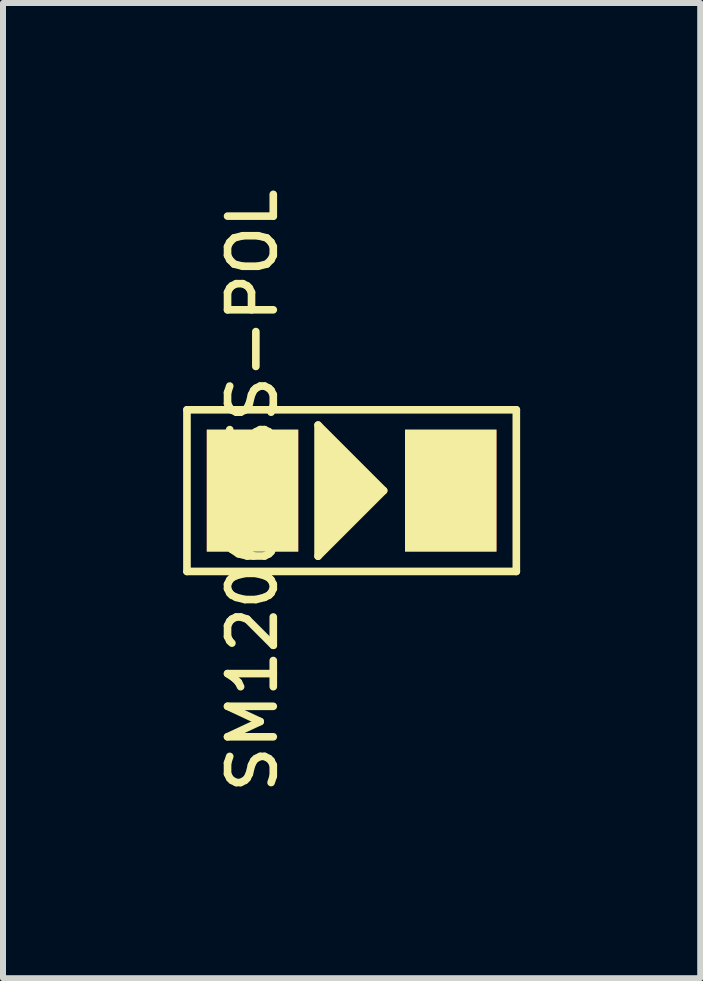
<source format=kicad_pcb>
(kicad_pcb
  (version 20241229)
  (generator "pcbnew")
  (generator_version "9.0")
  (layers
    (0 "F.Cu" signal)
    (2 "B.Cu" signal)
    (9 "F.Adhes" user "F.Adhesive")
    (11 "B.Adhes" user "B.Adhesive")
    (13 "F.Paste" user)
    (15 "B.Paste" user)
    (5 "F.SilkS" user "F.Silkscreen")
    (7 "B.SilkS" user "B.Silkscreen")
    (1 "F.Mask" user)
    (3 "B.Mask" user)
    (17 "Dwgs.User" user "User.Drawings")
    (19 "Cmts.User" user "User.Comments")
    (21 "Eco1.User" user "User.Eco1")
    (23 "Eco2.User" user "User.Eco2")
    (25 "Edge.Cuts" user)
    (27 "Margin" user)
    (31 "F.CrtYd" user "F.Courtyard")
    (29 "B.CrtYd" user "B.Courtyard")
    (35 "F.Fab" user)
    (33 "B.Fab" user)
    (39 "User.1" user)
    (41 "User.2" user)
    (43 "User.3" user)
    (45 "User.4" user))
  (footprint "SM1206-SS-POL"
    (layer "F.Cu")
    (at 2.807 5.122)
    (property "Reference" "SM1206-SS-POL" (at -1.651 0 90) (layer "F.SilkS") (effects (font (size 0.762 0.762) (thickness 0.127))))
    (attr smd)
    (fp_line (start -2.743 -1.346) (end -2.743 1.346) (stroke (width 0.127) (type solid)) (layer "F.SilkS"))
    (fp_line (start -2.743 -1.346) (end 2.743 -1.346) (stroke (width 0.127) (type solid)) (layer "F.SilkS"))
    (fp_line (start -0.559 1.092) (end -0.559 -1.092) (stroke (width 0.127) (type solid)) (layer "F.SilkS"))
    (fp_line (start -0.457 -0.94) (end -0.457 0.94) (stroke (width 0.127) (type solid)) (layer "F.SilkS"))
    (fp_line (start -0.356 -0.864) (end -0.356 0.864) (stroke (width 0.127) (type solid)) (layer "F.SilkS"))
    (fp_line (start -0.254 -0.737) (end -0.254 0.737) (stroke (width 0.127) (type solid)) (layer "F.SilkS"))
    (fp_line (start -0.152 -0.635) (end -0.152 0.635) (stroke (width 0.127) (type solid)) (layer "F.SilkS"))
    (fp_line (start -0.051 -0.533) (end -0.051 0.533) (stroke (width 0.127) (type solid)) (layer "F.SilkS"))
    (fp_line (start 0.051 -0.457) (end 0.051 0.457) (stroke (width 0.127) (type solid)) (layer "F.SilkS"))
    (fp_line (start 0.152 -0.33) (end 0.152 0.33) (stroke (width 0.127) (type solid)) (layer "F.SilkS"))
    (fp_line (start 0.254 -0.229) (end 0.254 0.229) (stroke (width 0.127) (type solid)) (layer "F.SilkS"))
    (fp_line (start 0.356 -0.127) (end 0.356 0.127) (stroke (width 0.127) (type solid)) (layer "F.SilkS"))
    (fp_line (start 0.432 0) (end 0.406 0) (stroke (width 0.127) (type solid)) (layer "F.SilkS"))
    (fp_line (start 0.533 0) (end -0.559 -1.092) (stroke (width 0.127) (type solid)) (layer "F.SilkS"))
    (fp_line (start 0.533 0) (end -0.559 1.092) (stroke (width 0.127) (type solid)) (layer "F.SilkS"))
    (fp_line (start 2.743 -1.346) (end 2.743 1.346) (stroke (width 0.127) (type solid)) (layer "F.SilkS"))
    (fp_line (start 2.743 1.346) (end -2.743 1.346) (stroke (width 0.127) (type solid)) (layer "F.SilkS"))
    (pad "1" smd rect (at -1.651 0) (size 1.524 2.032) (layers "F.Cu" "F.Mask" "F.SilkS" "F.Paste"))
    (pad "2" smd rect (at 1.651 0) (size 1.524 2.032) (layers "F.Cu" "F.Mask" "F.SilkS" "F.Paste")))
  (gr_rect
    (start -3 -3)
    (end 8.613 13.243)
    (stroke (width 0.1) (type default))
    (fill no)
    (layer "Edge.Cuts")))
</source>
